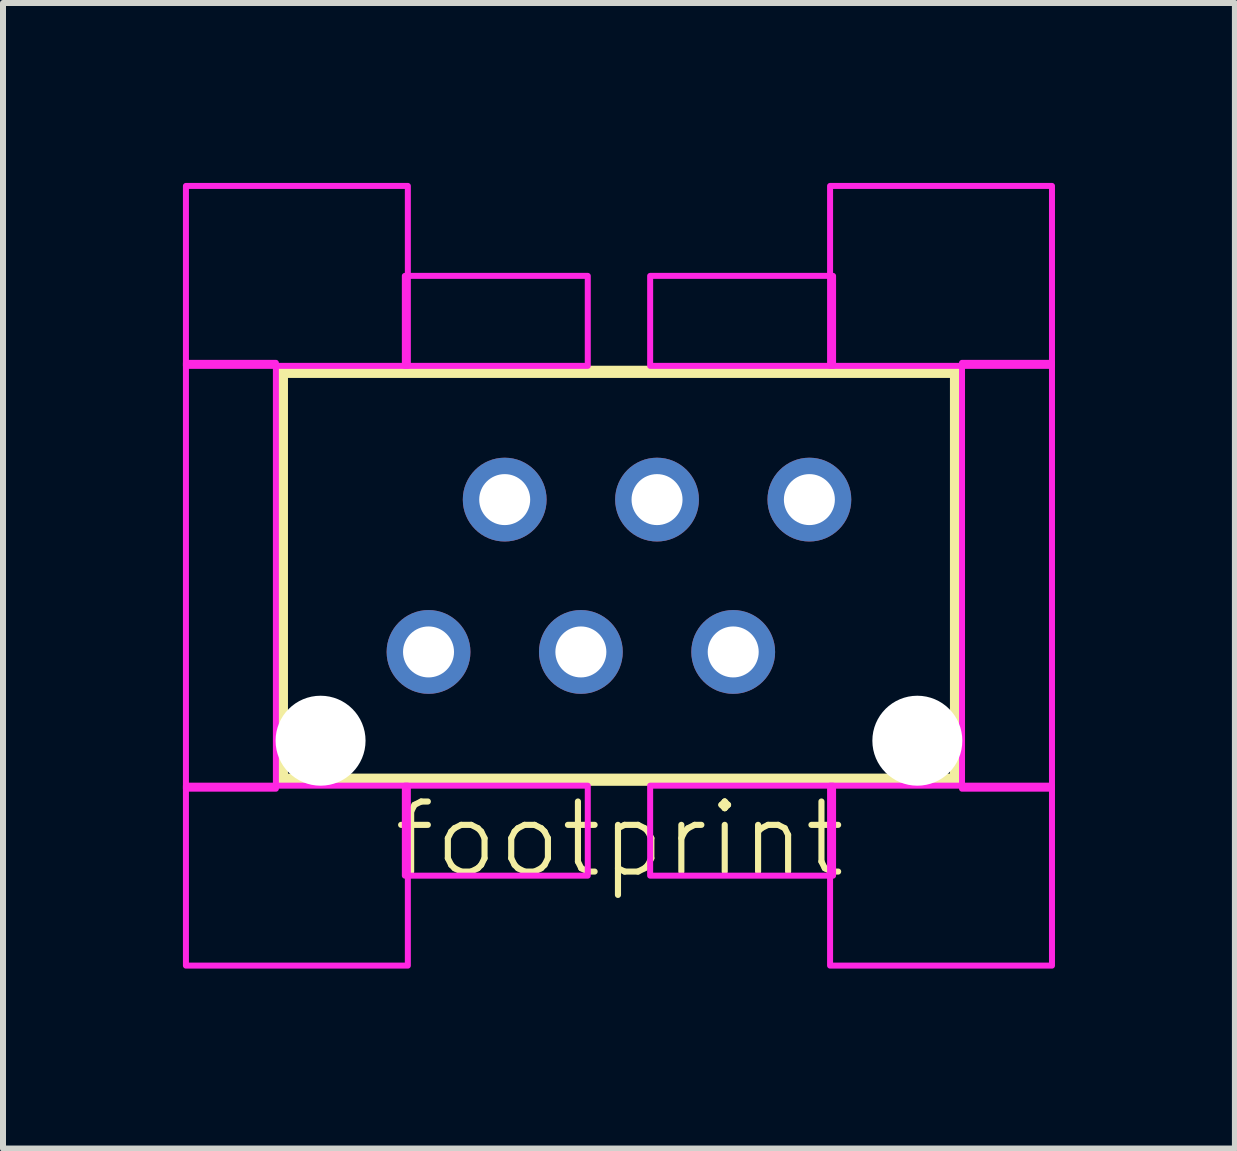
<source format=kicad_pcb>
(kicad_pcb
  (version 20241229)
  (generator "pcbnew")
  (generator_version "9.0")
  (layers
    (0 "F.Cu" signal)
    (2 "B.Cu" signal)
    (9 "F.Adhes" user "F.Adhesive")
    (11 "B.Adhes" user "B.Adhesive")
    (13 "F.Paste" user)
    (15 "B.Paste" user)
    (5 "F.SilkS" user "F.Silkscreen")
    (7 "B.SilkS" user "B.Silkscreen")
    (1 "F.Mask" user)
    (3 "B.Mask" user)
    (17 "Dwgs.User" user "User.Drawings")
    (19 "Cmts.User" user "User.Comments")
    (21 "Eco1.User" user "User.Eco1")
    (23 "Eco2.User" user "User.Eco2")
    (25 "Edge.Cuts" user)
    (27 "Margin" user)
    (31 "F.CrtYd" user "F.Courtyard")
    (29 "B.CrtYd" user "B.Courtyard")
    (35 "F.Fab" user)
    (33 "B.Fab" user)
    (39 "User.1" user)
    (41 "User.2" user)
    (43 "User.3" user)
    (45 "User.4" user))
  (footprint "footprint"
    (layer "F.Cu")
    (at 7.27 6.55)
    (property "Reference" "footprint" (at -3.81 5.08 0) (layer "F.SilkS") (effects (font (size 1.168 1.168) (thickness 0.102)) (justify left bottom)))
    (fp_line (start -5.62 -3.4) (end 5.62 -3.4) (stroke (width 0.203) (type solid)) (layer "F.SilkS"))
    (fp_line (start -5.62 3.4) (end -5.62 -3.4) (stroke (width 0.203) (type solid)) (layer "F.SilkS"))
    (fp_line (start 5.62 -3.4) (end 5.62 3.4) (stroke (width 0.203) (type solid)) (layer "F.SilkS"))
    (fp_line (start 5.62 3.4) (end -5.62 3.4) (stroke (width 0.203) (type solid)) (layer "F.SilkS"))
    (fp_poly (pts (xy -7.22 -3.5) (xy -3.52 -3.5) (xy -3.52 -6.5) (xy -7.22 -6.5)) (stroke (width 0.1) (type solid)) (fill no) (layer "F.CrtYd"))
    (fp_poly (pts (xy -7.22 3.55) (xy -5.72 3.55) (xy -5.72 -3.55) (xy -7.22 -3.55)) (stroke (width 0.1) (type solid)) (fill no) (layer "F.CrtYd"))
    (fp_poly (pts (xy -7.22 6.5) (xy -3.52 6.5) (xy -3.52 3.5) (xy -7.22 3.5)) (stroke (width 0.1) (type solid)) (fill no) (layer "F.CrtYd"))
    (fp_poly (pts (xy -3.57 -3.5) (xy -0.52 -3.5) (xy -0.52 -5) (xy -3.57 -5)) (stroke (width 0.1) (type solid)) (fill no) (layer "F.CrtYd"))
    (fp_poly (pts (xy -3.57 5) (xy -0.52 5) (xy -0.52 3.5) (xy -3.57 3.5)) (stroke (width 0.1) (type solid)) (fill no) (layer "F.CrtYd"))
    (fp_poly (pts (xy 0.52 -3.5) (xy 3.57 -3.5) (xy 3.57 -5) (xy 0.52 -5)) (stroke (width 0.1) (type solid)) (fill no) (layer "F.CrtYd"))
    (fp_poly (pts (xy 0.52 5) (xy 3.57 5) (xy 3.57 3.5) (xy 0.52 3.5)) (stroke (width 0.1) (type solid)) (fill no) (layer "F.CrtYd"))
    (fp_poly (pts (xy 3.52 -3.5) (xy 7.22 -3.5) (xy 7.22 -6.5) (xy 3.52 -6.5)) (stroke (width 0.1) (type solid)) (fill no) (layer "F.CrtYd"))
    (fp_poly (pts (xy 3.52 6.5) (xy 7.22 6.5) (xy 7.22 3.5) (xy 3.52 3.5)) (stroke (width 0.1) (type solid)) (fill no) (layer "F.CrtYd"))
    (fp_poly (pts (xy 5.72 3.55) (xy 7.22 3.55) (xy 7.22 -3.55) (xy 5.72 -3.55)) (stroke (width 0.1) (type solid)) (fill no) (layer "F.CrtYd"))
    (pad "" np_thru_hole circle (at -4.975 2.75) (size 1.5 1.5) (drill 1.5) (layers "*.Cu" "*.Mask"))
    (pad "" np_thru_hole circle (at 4.975 2.75) (size 1.5 1.5) (drill 1.5) (layers "*.Cu" "*.Mask"))
    (pad "1" thru_hole circle (at -3.175 1.27) (size 1.397 1.397) (drill 0.85) (layers "*.Cu" "*.Mask"))
    (pad "2" thru_hole circle (at -1.905 -1.27) (size 1.397 1.397) (drill 0.85) (layers "*.Cu" "*.Mask"))
    (pad "3" thru_hole circle (at -0.635 1.27) (size 1.397 1.397) (drill 0.85) (layers "*.Cu" "*.Mask"))
    (pad "4" thru_hole circle (at 0.635 -1.27) (size 1.397 1.397) (drill 0.85) (layers "*.Cu" "*.Mask"))
    (pad "5" thru_hole circle (at 1.905 1.27) (size 1.397 1.397) (drill 0.85) (layers "*.Cu" "*.Mask"))
    (pad "6" thru_hole circle (at 3.175 -1.27) (size 1.397 1.397) (drill 0.85) (layers "*.Cu" "*.Mask")))
  (gr_rect
    (start -3 -3)
    (end 17.54 16.1)
    (stroke (width 0.1) (type default))
    (fill no)
    (layer "Edge.Cuts")))
</source>
